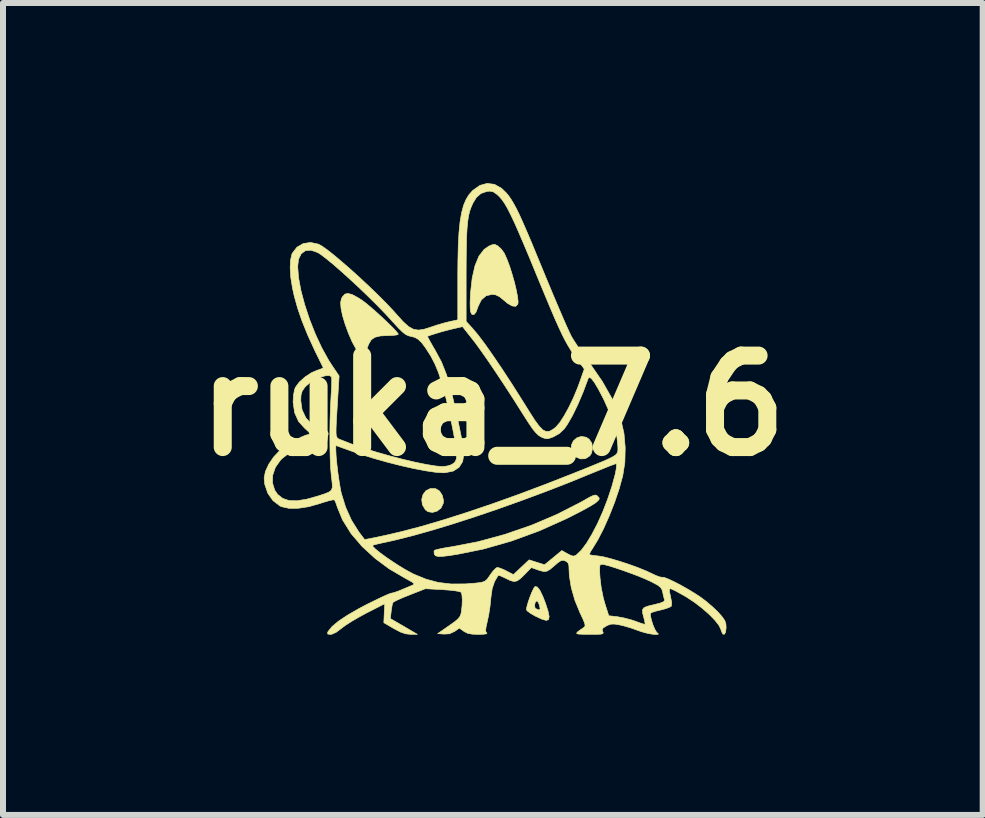
<source format=kicad_pcb>
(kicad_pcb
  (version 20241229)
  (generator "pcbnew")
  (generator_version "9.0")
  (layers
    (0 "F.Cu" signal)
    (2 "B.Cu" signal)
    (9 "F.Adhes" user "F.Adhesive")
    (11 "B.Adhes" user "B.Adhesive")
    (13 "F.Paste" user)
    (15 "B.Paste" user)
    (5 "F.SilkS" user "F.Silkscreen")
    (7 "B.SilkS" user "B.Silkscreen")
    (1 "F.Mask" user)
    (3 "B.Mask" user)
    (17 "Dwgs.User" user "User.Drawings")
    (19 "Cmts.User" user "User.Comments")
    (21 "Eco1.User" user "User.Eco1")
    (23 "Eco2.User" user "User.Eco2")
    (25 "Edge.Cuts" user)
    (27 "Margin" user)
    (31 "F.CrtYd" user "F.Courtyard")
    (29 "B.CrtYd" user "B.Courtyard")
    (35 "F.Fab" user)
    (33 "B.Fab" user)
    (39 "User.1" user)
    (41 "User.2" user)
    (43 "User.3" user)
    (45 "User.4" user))
  (footprint "ruka_7.6"
    (layer "F.Cu")
    (at 5.16 3.708)
    (property "Reference" "ruka_7.6" (at 0 0 0) (layer "F.SilkS") (effects (font (size 1.524 1.524) (thickness 0.3))))
    (attr through_hole)
    (fp_poly (pts (xy -0.955 1.381) (xy -0.889 1.421) (xy -0.842 1.494) (xy -0.822 1.58) (xy -0.826 1.627) (xy -0.863 1.704) (xy -0.928 1.756) (xy -1.005 1.778) (xy -1.08 1.766) (xy -1.124 1.734) (xy -1.174 1.65) (xy -1.185 1.562) (xy -1.163 1.48) (xy -1.114 1.416) (xy -1.042 1.38) (xy -0.955 1.381)) (stroke (width 0.01) (type solid)) (fill yes) (layer "F.SilkS"))
    (fp_poly (pts (xy 1.552 0.525) (xy 1.602 0.556) (xy 1.648 0.622) (xy 1.662 0.708) (xy 1.642 0.794) (xy 1.614 0.837) (xy 1.542 0.883) (xy 1.459 0.887) (xy 1.379 0.852) (xy 1.346 0.82) (xy 1.306 0.738) (xy 1.308 0.657) (xy 1.341 0.587) (xy 1.399 0.536) (xy 1.472 0.512) (xy 1.552 0.525)) (stroke (width 0.01) (type solid)) (fill yes) (layer "F.SilkS"))
    (fp_poly (pts (xy 0.741 3.021) (xy 0.785 3.078) (xy 0.835 3.183) (xy 0.878 3.294) (xy 0.92 3.425) (xy 0.938 3.514) (xy 0.928 3.564) (xy 0.889 3.577) (xy 0.816 3.556) (xy 0.709 3.506) (xy 0.705 3.504) (xy 0.63 3.461) (xy 0.577 3.422) (xy 0.559 3.399) (xy 0.567 3.347) (xy 0.576 3.318) (xy 0.696 3.318) (xy 0.701 3.364) (xy 0.715 3.381) (xy 0.764 3.402) (xy 0.787 3.39) (xy 0.787 3.385) (xy 0.778 3.331) (xy 0.759 3.279) (xy 0.738 3.252) (xy 0.735 3.251) (xy 0.708 3.272) (xy 0.696 3.318) (xy 0.576 3.318) (xy 0.589 3.27) (xy 0.619 3.184) (xy 0.652 3.102) (xy 0.682 3.04) (xy 0.703 3.012) (xy 0.703 3.012) (xy 0.741 3.021)) (stroke (width 0.01) (type solid)) (fill yes) (layer "F.SilkS"))
    (fp_poly (pts (xy -2.343 -1.851) (xy -2.248 -1.8) (xy -2.186 -1.761) (xy -2.124 -1.715) (xy -2.043 -1.648) (xy -1.95 -1.567) (xy -1.853 -1.479) (xy -1.76 -1.391) (xy -1.678 -1.311) (xy -1.616 -1.246) (xy -1.58 -1.202) (xy -1.575 -1.19) (xy -1.598 -1.179) (xy -1.659 -1.171) (xy -1.744 -1.168) (xy -1.746 -1.168) (xy -1.875 -1.162) (xy -1.965 -1.14) (xy -2.026 -1.097) (xy -2.068 -1.026) (xy -2.087 -0.977) (xy -2.124 -0.888) (xy -2.163 -0.849) (xy -2.208 -0.86) (xy -2.262 -0.92) (xy -2.284 -0.954) (xy -2.344 -1.064) (xy -2.405 -1.205) (xy -2.461 -1.358) (xy -2.505 -1.504) (xy -2.529 -1.623) (xy -2.536 -1.716) (xy -2.523 -1.781) (xy -2.503 -1.818) (xy -2.464 -1.859) (xy -2.413 -1.87) (xy -2.343 -1.851)) (stroke (width 0.01) (type solid)) (fill yes) (layer "F.SilkS"))
    (fp_poly (pts (xy 1.73 1.494) (xy 1.749 1.511) (xy 1.773 1.541) (xy 1.766 1.568) (xy 1.725 1.607) (xy 1.714 1.616) (xy 1.667 1.647) (xy 1.583 1.696) (xy 1.471 1.757) (xy 1.341 1.824) (xy 1.232 1.879) (xy 0.776 2.084) (xy 0.309 2.255) (xy -0.156 2.388) (xy -0.585 2.475) (xy -0.731 2.498) (xy -0.835 2.51) (xy -0.905 2.512) (xy -0.947 2.503) (xy -0.97 2.484) (xy -0.976 2.472) (xy -0.98 2.426) (xy -0.972 2.41) (xy -0.94 2.398) (xy -0.869 2.382) (xy -0.77 2.363) (xy -0.685 2.35) (xy -0.252 2.267) (xy 0.194 2.146) (xy 0.639 1.993) (xy 1.068 1.811) (xy 1.467 1.607) (xy 1.506 1.585) (xy 1.602 1.53) (xy 1.665 1.499) (xy 1.704 1.488) (xy 1.73 1.494)) (stroke (width 0.01) (type solid)) (fill yes) (layer "F.SilkS"))
    (fp_poly (pts (xy 0.084 -2.66) (xy 0.087 -2.658) (xy 0.144 -2.605) (xy 0.193 -2.536) (xy 0.193 -2.535) (xy 0.236 -2.438) (xy 0.281 -2.318) (xy 0.323 -2.184) (xy 0.362 -2.047) (xy 0.392 -1.918) (xy 0.413 -1.807) (xy 0.421 -1.726) (xy 0.416 -1.691) (xy 0.381 -1.655) (xy 0.322 -1.661) (xy 0.243 -1.706) (xy 0.188 -1.753) (xy 0.11 -1.816) (xy 0.045 -1.847) (xy -0.013 -1.854) (xy -0.112 -1.831) (xy -0.191 -1.763) (xy -0.245 -1.655) (xy -0.253 -1.631) (xy -0.282 -1.555) (xy -0.316 -1.516) (xy -0.349 -1.52) (xy -0.372 -1.566) (xy -0.377 -1.62) (xy -0.379 -1.71) (xy -0.375 -1.819) (xy -0.372 -1.877) (xy -0.344 -2.128) (xy -0.297 -2.333) (xy -0.231 -2.492) (xy -0.145 -2.604) (xy -0.064 -2.659) (xy -0.003 -2.684) (xy 0.038 -2.685) (xy 0.084 -2.66)) (stroke (width 0.01) (type solid)) (fill yes) (layer "F.SilkS"))
    (fp_poly (pts (xy 0.027 -3.687) (xy 0.145 -3.621) (xy 0.221 -3.548) (xy 0.261 -3.5) (xy 0.3 -3.444) (xy 0.341 -3.377) (xy 0.386 -3.295) (xy 0.437 -3.192) (xy 0.495 -3.064) (xy 0.564 -2.906) (xy 0.646 -2.714) (xy 0.741 -2.483) (xy 0.838 -2.248) (xy 0.926 -2.035) (xy 1.011 -1.831) (xy 1.091 -1.643) (xy 1.163 -1.475) (xy 1.224 -1.335) (xy 1.273 -1.228) (xy 1.305 -1.162) (xy 1.309 -1.153) (xy 1.357 -1.075) (xy 1.427 -0.969) (xy 1.511 -0.849) (xy 1.6 -0.725) (xy 1.622 -0.696) (xy 1.822 -0.406) (xy 1.984 -0.121) (xy 2.104 0.153) (xy 2.134 0.241) (xy 2.184 0.459) (xy 2.205 0.7) (xy 2.199 0.945) (xy 2.163 1.173) (xy 2.162 1.174) (xy 2.104 1.386) (xy 2.028 1.611) (xy 1.939 1.837) (xy 1.844 2.05) (xy 1.747 2.238) (xy 1.665 2.372) (xy 1.627 2.431) (xy 1.609 2.472) (xy 1.609 2.481) (xy 1.638 2.489) (xy 1.702 2.498) (xy 1.752 2.503) (xy 1.844 2.518) (xy 1.97 2.55) (xy 2.117 2.594) (xy 2.273 2.645) (xy 2.424 2.7) (xy 2.559 2.755) (xy 2.64 2.793) (xy 2.721 2.831) (xy 2.785 2.854) (xy 2.819 2.858) (xy 2.819 2.858) (xy 2.854 2.861) (xy 2.922 2.887) (xy 3.016 2.931) (xy 3.125 2.987) (xy 3.24 3.052) (xy 3.353 3.12) (xy 3.449 3.182) (xy 3.555 3.261) (xy 3.662 3.353) (xy 3.751 3.438) (xy 3.76 3.448) (xy 3.827 3.525) (xy 3.865 3.582) (xy 3.882 3.635) (xy 3.886 3.698) (xy 3.877 3.774) (xy 3.856 3.809) (xy 3.829 3.803) (xy 3.805 3.75) (xy 3.8 3.73) (xy 3.768 3.662) (xy 3.7 3.575) (xy 3.604 3.476) (xy 3.487 3.374) (xy 3.358 3.275) (xy 3.224 3.187) (xy 3.214 3.181) (xy 3.117 3.126) (xy 3.034 3.081) (xy 2.976 3.054) (xy 2.957 3.048) (xy 2.941 3.059) (xy 2.942 3.1) (xy 2.96 3.178) (xy 2.96 3.18) (xy 2.979 3.278) (xy 2.975 3.335) (xy 2.971 3.342) (xy 2.934 3.362) (xy 2.864 3.386) (xy 2.793 3.404) (xy 2.71 3.424) (xy 2.65 3.444) (xy 2.627 3.457) (xy 2.625 3.497) (xy 2.64 3.566) (xy 2.665 3.646) (xy 2.696 3.72) (xy 2.726 3.772) (xy 2.739 3.784) (xy 2.759 3.803) (xy 2.74 3.812) (xy 2.691 3.811) (xy 2.621 3.801) (xy 2.542 3.784) (xy 2.461 3.76) (xy 2.421 3.746) (xy 2.31 3.706) (xy 2.192 3.671) (xy 2.118 3.653) (xy 2.029 3.638) (xy 1.969 3.639) (xy 1.915 3.657) (xy 1.89 3.67) (xy 1.836 3.704) (xy 1.821 3.734) (xy 1.831 3.763) (xy 1.839 3.784) (xy 1.831 3.798) (xy 1.798 3.806) (xy 1.732 3.809) (xy 1.624 3.809) (xy 1.607 3.809) (xy 1.49 3.808) (xy 1.42 3.804) (xy 1.394 3.792) (xy 1.409 3.77) (xy 1.46 3.732) (xy 1.508 3.7) (xy 1.529 3.683) (xy 1.537 3.66) (xy 1.529 3.622) (xy 1.503 3.559) (xy 1.457 3.46) (xy 1.453 3.453) (xy 1.367 3.243) (xy 1.306 3.03) (xy 1.274 2.831) (xy 1.27 2.744) (xy 1.268 2.704) (xy 1.778 2.704) (xy 1.78 2.779) (xy 1.785 2.864) (xy 1.805 3.03) (xy 1.84 3.202) (xy 1.865 3.292) (xy 1.931 3.499) (xy 2.077 3.516) (xy 2.185 3.536) (xy 2.307 3.568) (xy 2.375 3.591) (xy 2.454 3.62) (xy 2.513 3.638) (xy 2.536 3.643) (xy 2.535 3.617) (xy 2.522 3.561) (xy 2.517 3.539) (xy 2.495 3.454) (xy 2.493 3.399) (xy 2.519 3.364) (xy 2.579 3.34) (xy 2.682 3.315) (xy 2.785 3.289) (xy 2.843 3.266) (xy 2.862 3.244) (xy 2.861 3.238) (xy 2.848 3.191) (xy 2.832 3.122) (xy 2.831 3.112) (xy 2.817 3.063) (xy 2.792 3.025) (xy 2.745 2.989) (xy 2.665 2.946) (xy 2.636 2.931) (xy 2.546 2.89) (xy 2.432 2.842) (xy 2.302 2.793) (xy 2.169 2.745) (xy 2.042 2.702) (xy 1.933 2.668) (xy 1.853 2.647) (xy 1.819 2.642) (xy 1.796 2.646) (xy 1.783 2.663) (xy 1.778 2.704) (xy 1.268 2.704) (xy 1.267 2.665) (xy 1.253 2.62) (xy 1.221 2.593) (xy 1.208 2.587) (xy 1.169 2.575) (xy 1.132 2.583) (xy 1.083 2.616) (xy 1.027 2.664) (xy 0.953 2.726) (xy 0.9 2.757) (xy 0.85 2.763) (xy 0.785 2.747) (xy 0.743 2.733) (xy 0.641 2.697) (xy 0.543 2.798) (xy 0.465 2.875) (xy 0.406 2.918) (xy 0.354 2.929) (xy 0.294 2.914) (xy 0.227 2.882) (xy 0.156 2.848) (xy 0.106 2.827) (xy 0.091 2.824) (xy 0.028 2.93) (xy -0.011 3.047) (xy -0.032 3.194) (xy -0.034 3.217) (xy -0.047 3.344) (xy -0.068 3.48) (xy -0.092 3.594) (xy -0.113 3.686) (xy -0.12 3.742) (xy -0.114 3.773) (xy -0.099 3.787) (xy -0.101 3.799) (xy -0.15 3.807) (xy -0.237 3.81) (xy -0.346 3.806) (xy -0.421 3.791) (xy -0.479 3.762) (xy -0.485 3.757) (xy -0.559 3.705) (xy -0.635 3.759) (xy -0.722 3.8) (xy -0.815 3.805) (xy -0.919 3.797) (xy -0.73 3.666) (xy -0.637 3.6) (xy -0.579 3.551) (xy -0.546 3.508) (xy -0.53 3.463) (xy -0.525 3.438) (xy -0.513 3.334) (xy -0.509 3.234) (xy -0.515 3.153) (xy -0.527 3.109) (xy -0.559 3.096) (xy -0.632 3.083) (xy -0.736 3.072) (xy -0.835 3.065) (xy -1.124 3.049) (xy -1.387 3.152) (xy -1.494 3.195) (xy -1.583 3.234) (xy -1.643 3.264) (xy -1.664 3.278) (xy -1.676 3.315) (xy -1.688 3.383) (xy -1.693 3.423) (xy -1.708 3.546) (xy -1.482 3.677) (xy -1.257 3.809) (xy -1.372 3.809) (xy -1.454 3.8) (xy -1.541 3.77) (xy -1.649 3.713) (xy -1.651 3.712) (xy -1.816 3.615) (xy -1.809 3.457) (xy -1.801 3.299) (xy -2.104 3.453) (xy -2.229 3.521) (xy -2.349 3.591) (xy -2.451 3.656) (xy -2.52 3.707) (xy -2.522 3.709) (xy -2.61 3.775) (xy -2.684 3.808) (xy -2.704 3.81) (xy -2.749 3.805) (xy -2.754 3.783) (xy -2.745 3.762) (xy -2.682 3.683) (xy -2.573 3.591) (xy -2.42 3.489) (xy -2.227 3.378) (xy -2.106 3.314) (xy -1.978 3.251) (xy -1.864 3.196) (xy -1.773 3.154) (xy -1.713 3.13) (xy -1.694 3.124) (xy -1.651 3.115) (xy -1.581 3.091) (xy -1.534 3.072) (xy -1.449 3.036) (xy -1.374 3.005) (xy -1.347 2.994) (xy -1.318 2.98) (xy -1.314 2.964) (xy -1.339 2.942) (xy -1.399 2.908) (xy -1.461 2.874) (xy -1.727 2.718) (xy -1.96 2.545) (xy -2.172 2.351) (xy -2.194 2.326) (xy -2.003 2.326) (xy -1.995 2.349) (xy -1.951 2.392) (xy -1.878 2.451) (xy -1.784 2.52) (xy -1.677 2.593) (xy -1.565 2.666) (xy -1.454 2.733) (xy -1.353 2.788) (xy -1.316 2.807) (xy -1.11 2.891) (xy -0.908 2.945) (xy -0.695 2.97) (xy -0.458 2.969) (xy -0.281 2.955) (xy -0.193 2.944) (xy -0.138 2.927) (xy -0.097 2.894) (xy -0.054 2.834) (xy -0.042 2.816) (xy 0.008 2.749) (xy 0.053 2.705) (xy 0.076 2.694) (xy 0.12 2.706) (xy 0.188 2.734) (xy 0.229 2.755) (xy 0.343 2.814) (xy 0.473 2.691) (xy 0.604 2.568) (xy 0.732 2.609) (xy 0.861 2.65) (xy 1.005 2.532) (xy 1.149 2.413) (xy 1.245 2.467) (xy 1.309 2.499) (xy 1.35 2.506) (xy 1.387 2.489) (xy 1.394 2.484) (xy 1.473 2.408) (xy 1.561 2.291) (xy 1.652 2.139) (xy 1.744 1.962) (xy 1.832 1.765) (xy 1.912 1.558) (xy 1.982 1.348) (xy 2.038 1.143) (xy 2.042 1.124) (xy 2.057 1.043) (xy 2.062 0.986) (xy 2.055 0.965) (xy 2.025 0.975) (xy 1.956 1) (xy 1.857 1.04) (xy 1.736 1.089) (xy 1.635 1.13) (xy 1.258 1.284) (xy 0.869 1.435) (xy 0.475 1.581) (xy 0.083 1.721) (xy -0.3 1.851) (xy -0.668 1.97) (xy -1.014 2.075) (xy -1.331 2.164) (xy -1.612 2.235) (xy -1.735 2.263) (xy -1.843 2.286) (xy -1.93 2.306) (xy -1.987 2.321) (xy -2.003 2.326) (xy -2.194 2.326) (xy -2.361 2.132) (xy -2.504 1.902) (xy -2.591 1.689) (xy -2.614 1.621) (xy -2.634 1.576) (xy -2.639 1.569) (xy -2.668 1.569) (xy -2.734 1.584) (xy -2.825 1.611) (xy -2.883 1.63) (xy -3.069 1.683) (xy -3.242 1.709) (xy -3.395 1.71) (xy -3.517 1.683) (xy -3.547 1.67) (xy -3.663 1.581) (xy -3.749 1.458) (xy -3.799 1.312) (xy -3.802 1.288) (xy -3.671 1.288) (xy -3.633 1.408) (xy -3.586 1.477) (xy -3.502 1.544) (xy -3.396 1.58) (xy -3.263 1.584) (xy -3.098 1.557) (xy -2.92 1.507) (xy -2.806 1.47) (xy -2.731 1.44) (xy -2.69 1.408) (xy -2.674 1.363) (xy -2.676 1.294) (xy -2.688 1.19) (xy -2.69 1.178) (xy -2.702 1.044) (xy -2.71 0.872) (xy -2.714 0.672) (xy -2.714 0.663) (xy -2.616 0.663) (xy -2.616 0.732) (xy -2.611 0.837) (xy -2.598 0.975) (xy -2.58 1.127) (xy -2.558 1.276) (xy -2.536 1.406) (xy -2.524 1.46) (xy -2.453 1.69) (xy -2.355 1.908) (xy -2.238 2.094) (xy -2.236 2.098) (xy -2.136 2.23) (xy -1.963 2.197) (xy -1.864 2.176) (xy -1.735 2.148) (xy -1.596 2.115) (xy -1.511 2.095) (xy -1.184 2.009) (xy -0.818 1.901) (xy -0.422 1.775) (xy -0.000379 1.632) (xy 0.438 1.475) (xy 0.887 1.306) (xy 1.336 1.13) (xy 1.543 1.047) (xy 1.708 0.98) (xy 1.836 0.927) (xy 1.931 0.885) (xy 1.998 0.851) (xy 2.042 0.823) (xy 2.067 0.796) (xy 2.08 0.77) (xy 2.083 0.74) (xy 2.083 0.704) (xy 2.083 0.689) (xy 2.067 0.523) (xy 2.02 0.328) (xy 1.946 0.115) (xy 1.847 -0.106) (xy 1.841 -0.118) (xy 1.757 -0.278) (xy 1.69 -0.39) (xy 1.639 -0.455) (xy 1.605 -0.473) (xy 1.589 -0.454) (xy 1.503 -0.224) (xy 1.413 -0.013) (xy 1.324 0.17) (xy 1.239 0.316) (xy 1.19 0.386) (xy 1.106 0.465) (xy 1.005 0.521) (xy 0.933 0.546) (xy 0.884 0.55) (xy 0.832 0.534) (xy 0.803 0.52) (xy 0.761 0.494) (xy 0.716 0.451) (xy 0.662 0.385) (xy 0.596 0.288) (xy 0.51 0.154) (xy 0.503 0.143) (xy 0.356 -0.09) (xy 0.208 -0.318) (xy 0.064 -0.536) (xy -0.071 -0.736) (xy -0.193 -0.91) (xy -0.296 -1.052) (xy -0.351 -1.122) (xy -0.505 -1.317) (xy -0.665 -1.28) (xy -0.758 -1.257) (xy -0.859 -1.23) (xy -0.955 -1.201) (xy -1.034 -1.176) (xy -1.081 -1.159) (xy -1.088 -1.155) (xy -1.079 -1.132) (xy -1.048 -1.074) (xy -1.002 -0.993) (xy -0.959 -0.92) (xy -0.855 -0.726) (xy -0.773 -0.519) (xy -0.74 -0.414) (xy -0.707 -0.292) (xy -0.67 -0.145) (xy -0.632 0.018) (xy -0.594 0.187) (xy -0.559 0.354) (xy -0.528 0.509) (xy -0.504 0.642) (xy -0.488 0.744) (xy -0.483 0.805) (xy -0.503 0.931) (xy -0.563 1.027) (xy -0.659 1.089) (xy -0.792 1.116) (xy -0.829 1.118) (xy -0.955 1.109) (xy -1.119 1.085) (xy -1.313 1.048) (xy -1.527 1) (xy -1.752 0.943) (xy -1.978 0.879) (xy -2.198 0.811) (xy -2.332 0.765) (xy -2.616 0.663) (xy -2.714 0.663) (xy -2.715 0.457) (xy -2.712 0.238) (xy -2.705 0.028) (xy -2.695 -0.162) (xy -2.695 -0.165) (xy -2.688 -0.282) (xy -2.684 -0.381) (xy -2.684 -0.451) (xy -2.687 -0.478) (xy -2.72 -0.502) (xy -2.782 -0.5) (xy -2.864 -0.477) (xy -2.954 -0.437) (xy -3.042 -0.385) (xy -3.115 -0.325) (xy -3.134 -0.304) (xy -3.176 -0.243) (xy -3.196 -0.175) (xy -3.2 -0.086) (xy -3.178 0.069) (xy -3.115 0.203) (xy -3.017 0.309) (xy -2.889 0.379) (xy -2.825 0.396) (xy -2.766 0.416) (xy -2.745 0.453) (xy -2.743 0.473) (xy -2.757 0.522) (xy -2.792 0.533) (xy -2.886 0.548) (xy -3.006 0.588) (xy -3.14 0.647) (xy -3.276 0.718) (xy -3.4 0.795) (xy -3.501 0.872) (xy -3.536 0.905) (xy -3.622 1.026) (xy -3.667 1.157) (xy -3.671 1.288) (xy -3.802 1.288) (xy -3.81 1.206) (xy -3.789 1.097) (xy -3.733 0.975) (xy -3.65 0.853) (xy -3.557 0.755) (xy -3.48 0.694) (xy -3.384 0.629) (xy -3.282 0.569) (xy -3.186 0.52) (xy -3.11 0.489) (xy -3.076 0.483) (xy -3.049 0.471) (xy -3.067 0.436) (xy -3.13 0.379) (xy -3.134 0.376) (xy -3.237 0.262) (xy -3.302 0.117) (xy -3.327 -0.055) (xy -3.327 -0.073) (xy -3.321 -0.175) (xy -3.304 -0.264) (xy -3.29 -0.304) (xy -3.225 -0.392) (xy -3.128 -0.479) (xy -3.018 -0.551) (xy -2.931 -0.588) (xy -2.867 -0.61) (xy -2.829 -0.628) (xy -2.826 -0.634) (xy -2.968 -0.923) (xy -3.085 -1.179) (xy -3.178 -1.409) (xy -3.252 -1.624) (xy -3.309 -1.829) (xy -3.338 -1.961) (xy -3.366 -2.133) (xy -3.376 -2.291) (xy -3.375 -2.32) (xy -3.251 -2.32) (xy -3.237 -2.134) (xy -3.197 -1.918) (xy -3.134 -1.682) (xy -3.053 -1.437) (xy -2.957 -1.194) (xy -2.85 -0.964) (xy -2.735 -0.757) (xy -2.681 -0.673) (xy -2.561 -0.495) (xy -2.589 -0.038) (xy -2.6 0.146) (xy -2.608 0.285) (xy -2.612 0.387) (xy -2.612 0.458) (xy -2.607 0.504) (xy -2.595 0.532) (xy -2.577 0.549) (xy -2.551 0.561) (xy -2.521 0.573) (xy -2.351 0.639) (xy -2.154 0.706) (xy -1.94 0.773) (xy -1.719 0.836) (xy -1.5 0.893) (xy -1.292 0.942) (xy -1.105 0.98) (xy -0.948 1.005) (xy -0.846 1.014) (xy -0.766 1.006) (xy -0.701 0.987) (xy -0.658 0.963) (xy -0.627 0.932) (xy -0.608 0.888) (xy -0.602 0.824) (xy -0.608 0.733) (xy -0.626 0.611) (xy -0.656 0.45) (xy -0.683 0.314) (xy -0.742 0.038) (xy -0.798 -0.195) (xy -0.852 -0.389) (xy -0.906 -0.552) (xy -0.963 -0.69) (xy -1.024 -0.809) (xy -1.04 -0.837) (xy -1.12 -0.962) (xy -1.185 -1.049) (xy -1.244 -1.106) (xy -1.303 -1.139) (xy -1.364 -1.154) (xy -1.411 -1.166) (xy -1.456 -1.189) (xy -1.506 -1.228) (xy -1.571 -1.292) (xy -1.658 -1.386) (xy -1.69 -1.422) (xy -1.803 -1.544) (xy -1.935 -1.68) (xy -2.08 -1.823) (xy -2.231 -1.968) (xy -2.382 -2.108) (xy -2.528 -2.24) (xy -2.661 -2.356) (xy -2.777 -2.451) (xy -2.868 -2.52) (xy -2.919 -2.552) (xy -3.031 -2.59) (xy -3.123 -2.582) (xy -3.193 -2.53) (xy -3.237 -2.439) (xy -3.251 -2.32) (xy -3.375 -2.32) (xy -3.37 -2.425) (xy -3.348 -2.523) (xy -3.341 -2.539) (xy -3.263 -2.64) (xy -3.158 -2.701) (xy -3.036 -2.719) (xy -2.905 -2.691) (xy -2.844 -2.657) (xy -2.753 -2.592) (xy -2.638 -2.501) (xy -2.506 -2.389) (xy -2.361 -2.263) (xy -2.211 -2.127) (xy -2.06 -1.986) (xy -1.914 -1.845) (xy -1.78 -1.711) (xy -1.664 -1.588) (xy -1.6 -1.516) (xy -1.493 -1.398) (xy -1.404 -1.318) (xy -1.323 -1.273) (xy -1.24 -1.259) (xy -1.146 -1.273) (xy -1.041 -1.306) (xy -0.928 -1.344) (xy -0.807 -1.379) (xy -0.73 -1.398) (xy -0.584 -1.43) (xy -0.584 -2.107) (xy -0.584 -2.194) (xy -0.445 -2.194) (xy -0.445 -1.404) (xy -0.342 -1.292) (xy -0.251 -1.184) (xy -0.137 -1.034) (xy -0.003 -0.843) (xy 0.151 -0.616) (xy 0.323 -0.353) (xy 0.51 -0.057) (xy 0.609 0.102) (xy 0.7 0.244) (xy 0.774 0.344) (xy 0.836 0.406) (xy 0.892 0.431) (xy 0.948 0.425) (xy 1.009 0.389) (xy 1.051 0.355) (xy 1.114 0.283) (xy 1.186 0.172) (xy 1.263 0.033) (xy 1.34 -0.126) (xy 1.41 -0.294) (xy 1.445 -0.388) (xy 1.523 -0.611) (xy 1.407 -0.768) (xy 1.352 -0.844) (xy 1.302 -0.919) (xy 1.255 -0.996) (xy 1.207 -1.081) (xy 1.156 -1.181) (xy 1.101 -1.299) (xy 1.037 -1.441) (xy 0.964 -1.612) (xy 0.878 -1.817) (xy 0.776 -2.063) (xy 0.726 -2.184) (xy 0.612 -2.462) (xy 0.513 -2.697) (xy 0.429 -2.893) (xy 0.358 -3.054) (xy 0.296 -3.184) (xy 0.243 -3.288) (xy 0.196 -3.369) (xy 0.152 -3.432) (xy 0.111 -3.48) (xy 0.071 -3.518) (xy 0.008 -3.562) (xy -0.051 -3.574) (xy -0.1 -3.569) (xy -0.198 -3.535) (xy -0.274 -3.469) (xy -0.33 -3.378) (xy -0.36 -3.312) (xy -0.385 -3.242) (xy -0.405 -3.161) (xy -0.419 -3.065) (xy -0.43 -2.946) (xy -0.438 -2.799) (xy -0.442 -2.618) (xy -0.444 -2.397) (xy -0.445 -2.194) (xy -0.584 -2.194) (xy -0.582 -2.411) (xy -0.576 -2.669) (xy -0.564 -2.887) (xy -0.546 -3.067) (xy -0.52 -3.216) (xy -0.488 -3.337) (xy -0.446 -3.436) (xy -0.396 -3.517) (xy -0.335 -3.585) (xy -0.334 -3.586) (xy -0.215 -3.67) (xy -0.094 -3.703) (xy 0.027 -3.687)) (stroke (width 0.01) (type solid)) (fill yes) (layer "F.SilkS")))
  (gr_rect
    (start -3 -3)
    (end 13.32 10.525)
    (stroke (width 0.1) (type default))
    (fill no)
    (layer "Edge.Cuts")))
</source>
